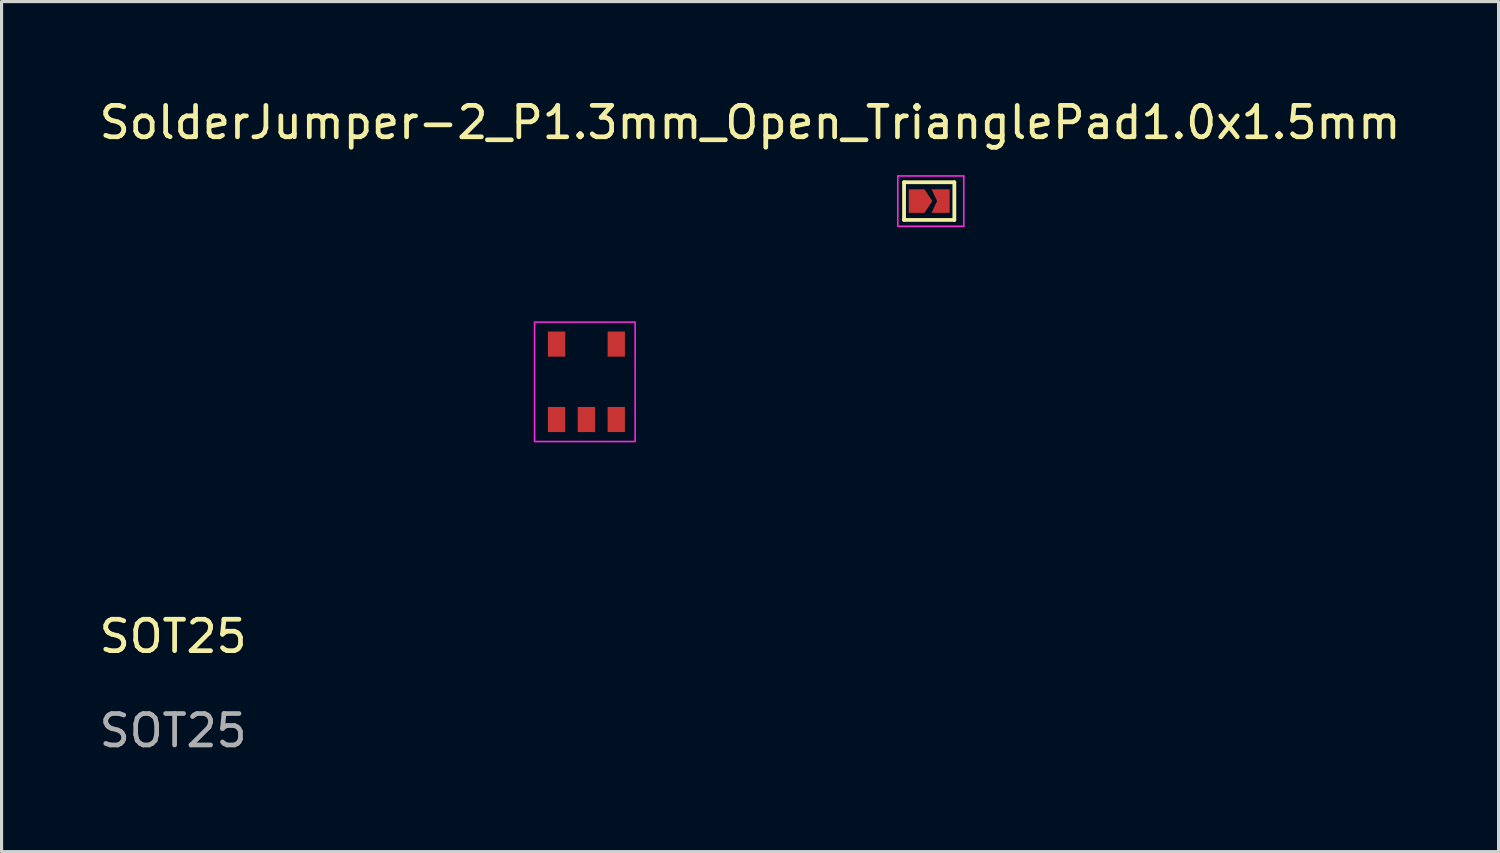
<source format=kicad_pcb>
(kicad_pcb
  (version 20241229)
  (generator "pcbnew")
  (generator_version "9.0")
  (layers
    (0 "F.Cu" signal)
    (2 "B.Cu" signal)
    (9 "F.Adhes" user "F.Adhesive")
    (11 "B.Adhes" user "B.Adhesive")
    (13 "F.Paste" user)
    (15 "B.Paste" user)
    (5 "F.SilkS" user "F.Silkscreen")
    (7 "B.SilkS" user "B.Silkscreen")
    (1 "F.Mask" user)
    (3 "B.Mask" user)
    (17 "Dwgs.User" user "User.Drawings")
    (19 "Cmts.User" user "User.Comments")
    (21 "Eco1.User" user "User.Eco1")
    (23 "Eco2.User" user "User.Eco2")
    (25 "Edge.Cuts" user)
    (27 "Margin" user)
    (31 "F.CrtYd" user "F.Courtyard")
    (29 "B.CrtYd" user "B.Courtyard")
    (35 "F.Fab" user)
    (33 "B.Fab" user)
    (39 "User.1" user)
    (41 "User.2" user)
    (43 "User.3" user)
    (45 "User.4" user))
  (footprint "SOT25"
    (layer "F.Cu")
    (at 14.558 10.298)
    (property "Reference" "SOT25" (at -12.1 6.9 0) (unlocked yes) (layer "F.SilkS") (effects (font (size 1 1) (thickness 0.15))))
    (attr smd)
    (fp_rect (start 2.6 0.7) (end -0.6 -3.1) (stroke (width 0.05) (type solid)) (fill no) (layer "F.CrtYd"))
    (fp_text user "${REFERENCE}" (at -12.1 9.9 0) (unlocked yes) (layer "F.Fab") (effects (font (size 1 1) (thickness 0.15))))
    (pad "1" smd rect (at 0.1 0 180) (size 0.55 0.8) (layers "F.Cu" "F.Mask" "F.Paste"))
    (pad "2" smd rect (at 1.05 0 180) (size 0.55 0.8) (layers "F.Cu" "F.Mask" "F.Paste"))
    (pad "3" smd rect (at 2 0 180) (size 0.55 0.8) (layers "F.Cu" "F.Mask" "F.Paste"))
    (pad "4" smd rect (at 2 -2.4 180) (size 0.55 0.8) (layers "F.Cu" "F.Mask" "F.Paste"))
    (pad "5" smd rect (at 0.1 -2.4 180) (size 0.55 0.8) (layers "F.Cu" "F.Mask" "F.Paste")))
  (footprint "SolderJumper-2_P1.3mm_Open_TrianglePad1.0x1.5mm"
    (layer "F.Cu")
    (at 26.615 3.348)
    (property "Reference" "SolderJumper-2_P1.3mm_Open_TrianglePad1.0x1.5mm" (at -5.8 -2.5 0) (layer "F.SilkS") (effects (font (size 1 1) (thickness 0.15))))
    (attr exclude_from_pos_files exclude_from_bom)
    (fp_line (start -0.9 -0.6) (end 0.7 -0.6) (stroke (width 0.12) (type solid)) (layer "F.SilkS"))
    (fp_line (start -0.9 0.6) (end -0.9 -0.6) (stroke (width 0.12) (type solid)) (layer "F.SilkS"))
    (fp_line (start 0.7 -0.6) (end 0.7 0.6) (stroke (width 0.12) (type solid)) (layer "F.SilkS"))
    (fp_line (start 0.7 0.6) (end -0.9 0.6) (stroke (width 0.12) (type solid)) (layer "F.SilkS"))
    (fp_line (start -1.1 -0.8) (end -1.1 0.8) (stroke (width 0.05) (type solid)) (layer "F.CrtYd"))
    (fp_line (start -1.1 -0.8) (end 1 -0.8) (stroke (width 0.05) (type solid)) (layer "F.CrtYd"))
    (fp_line (start 1 0.8) (end -1.1 0.8) (stroke (width 0.05) (type solid)) (layer "F.CrtYd"))
    (fp_line (start 1 0.8) (end 1 -0.8) (stroke (width 0.05) (type solid)) (layer "F.CrtYd"))
    (pad "1" smd custom (at -0.5 0) (size 0.3 0.3) (layers "F.Cu" "F.Mask") (options (anchor rect)) (primitives (gr_poly (pts (xy 0.5 0) (xy 0.25 0.375) (xy -0.25 0.375) (xy -0.25 -0.375) (xy 0.25 -0.375)) (width 0) (fill yes))))
    (pad "2" smd custom (at 0.3 0) (size 0.3 0.3) (layers "F.Cu" "F.Mask") (options (anchor rect)) (primitives (gr_poly (pts (xy 0.25 0.375) (xy -0.325 0.375) (xy -0.15 0) (xy -0.325 -0.375) (xy 0.25 -0.375)) (width 0) (fill yes)))))
  (gr_rect
    (start -3 -3)
    (end 44.631 24.047)
    (stroke (width 0.1) (type default))
    (fill no)
    (layer "Edge.Cuts")))
</source>
